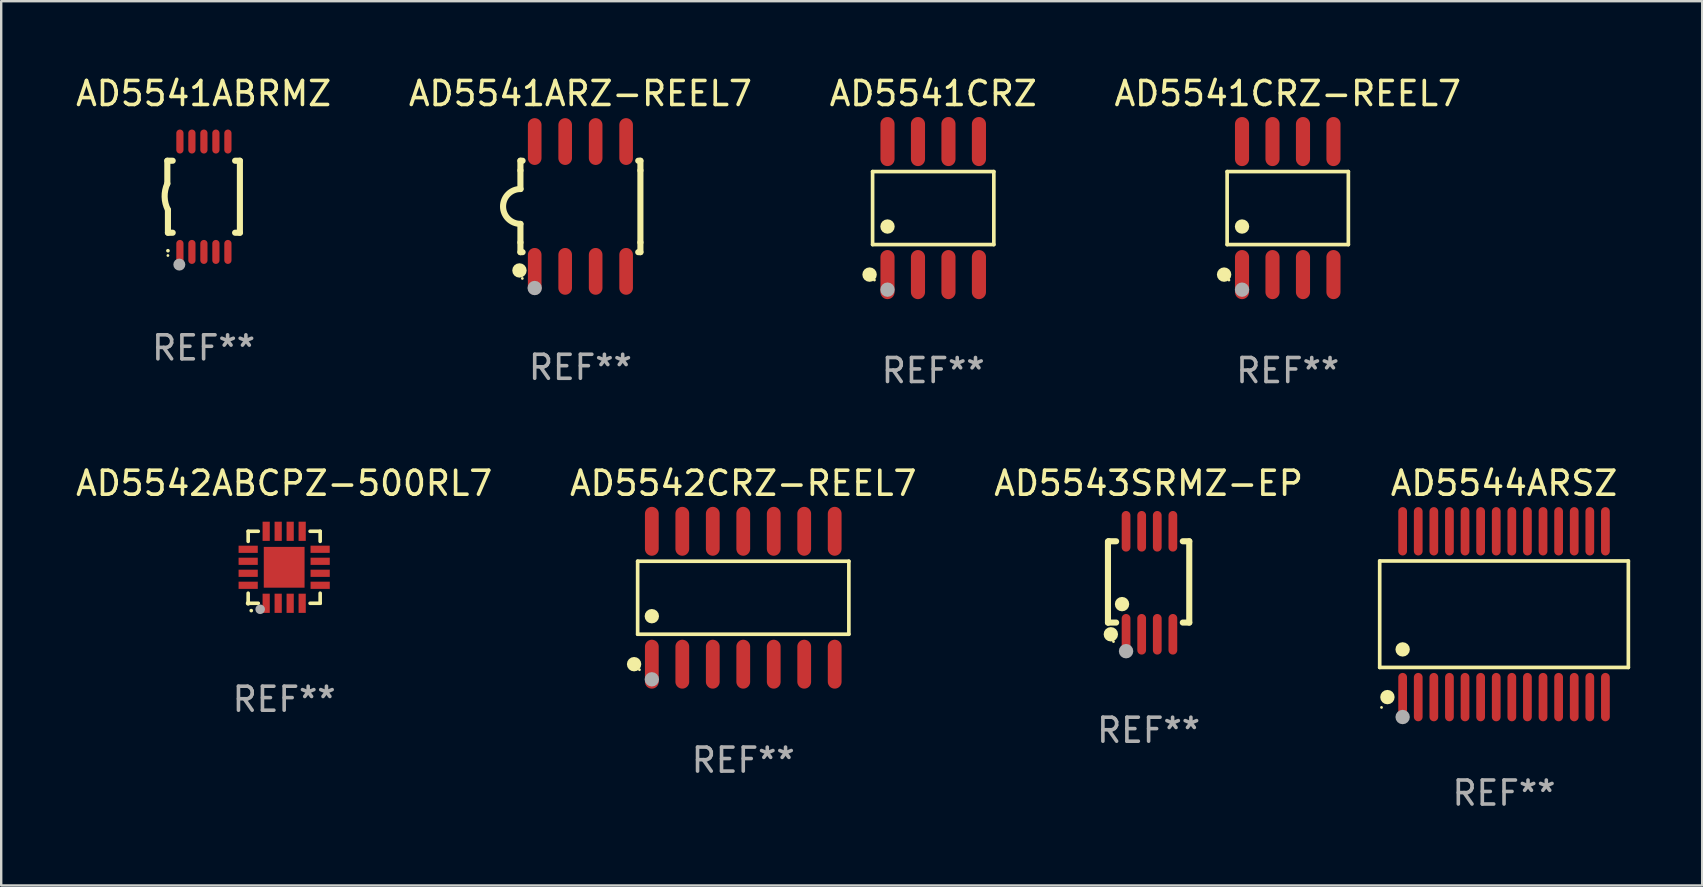
<source format=kicad_pcb>
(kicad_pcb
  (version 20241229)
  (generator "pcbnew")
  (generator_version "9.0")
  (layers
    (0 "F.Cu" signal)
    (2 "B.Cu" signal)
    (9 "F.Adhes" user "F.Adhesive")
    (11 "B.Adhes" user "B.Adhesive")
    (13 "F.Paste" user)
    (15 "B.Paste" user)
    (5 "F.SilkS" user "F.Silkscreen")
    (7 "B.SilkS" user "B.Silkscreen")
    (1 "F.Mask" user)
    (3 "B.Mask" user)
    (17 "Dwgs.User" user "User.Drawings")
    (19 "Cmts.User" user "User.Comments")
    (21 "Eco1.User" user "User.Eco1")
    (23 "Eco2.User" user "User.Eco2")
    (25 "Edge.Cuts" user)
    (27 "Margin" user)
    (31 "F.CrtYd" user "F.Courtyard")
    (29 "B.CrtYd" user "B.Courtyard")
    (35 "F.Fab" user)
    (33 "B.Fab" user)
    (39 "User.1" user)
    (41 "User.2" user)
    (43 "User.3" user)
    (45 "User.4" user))
  (footprint "AD5541ABRMZ"
    (layer "F.Cu")
    (at 5.435 5.148)
    (property "Reference" "AD5541ABRMZ" (at 0 -4.3 0) (layer "F.SilkS") (effects (font (size 1 1) (thickness 0.15))))
    (attr through_hole)
    (fp_line (start -1.512 -1.5) (end -1.512 -0.546) (stroke (width 0.254) (type solid)) (layer "F.SilkS"))
    (fp_line (start -1.487 0.546) (end -1.487 1.5) (stroke (width 0.254) (type solid)) (layer "F.SilkS"))
    (fp_line (start -1.288 -1.5) (end -1.512 -1.5) (stroke (width 0.254) (type solid)) (layer "F.SilkS"))
    (fp_line (start -1.288 1.5) (end -1.487 1.5) (stroke (width 0.254) (type solid)) (layer "F.SilkS"))
    (fp_line (start 1.512 -1.5) (end 1.312 -1.5) (stroke (width 0.254) (type solid)) (layer "F.SilkS"))
    (fp_line (start 1.512 -1.5) (end 1.512 1.5) (stroke (width 0.254) (type solid)) (layer "F.SilkS"))
    (fp_line (start 1.512 1.5) (end 1.312 1.5) (stroke (width 0.254) (type solid)) (layer "F.SilkS"))
    (fp_arc (start -1.487998 2.250013) (mid -1.486728 2.250007) (end -1.485458 2.250013) (stroke (width 0.150013) (type solid)) (layer "F.SilkS"))
    (fp_arc (start -1.486602 0.546102) (mid -1.624196 0.002905) (end -1.512002 -0.546101) (stroke (width 0.254001) (type solid)) (layer "F.SilkS"))
    (fp_circle (center -1.488 2.45) (end -1.458 2.45) (stroke (width 0.06) (type solid)) (fill no) (layer "F.SilkS"))
    (fp_circle (center -1.012 2.828) (end -0.887 2.828) (stroke (width 0.25) (type solid)) (fill no) (layer "F.Fab"))
    (fp_text user "REF**" (at 0 6.3 0) (layer "F.Fab") (effects (font (size 1 1) (thickness 0.15))))
    (pad "1" smd oval (at -0.988 2.3) (size 0.3 1) (layers "F.Cu" "F.Mask" "F.Paste"))
    (pad "2" smd oval (at -0.488 2.3) (size 0.3 1) (layers "F.Cu" "F.Mask" "F.Paste"))
    (pad "3" smd oval (at 0.012 2.3) (size 0.3 1) (layers "F.Cu" "F.Mask" "F.Paste"))
    (pad "4" smd oval (at 0.512 2.3) (size 0.3 1) (layers "F.Cu" "F.Mask" "F.Paste"))
    (pad "5" smd oval (at 1.012 2.3) (size 0.3 1) (layers "F.Cu" "F.Mask" "F.Paste"))
    (pad "6" smd oval (at 1.012 -2.3) (size 0.3 1) (layers "F.Cu" "F.Mask" "F.Paste"))
    (pad "7" smd oval (at 0.512 -2.3) (size 0.3 1) (layers "F.Cu" "F.Mask" "F.Paste"))
    (pad "8" smd oval (at 0.012 -2.3) (size 0.3 1) (layers "F.Cu" "F.Mask" "F.Paste"))
    (pad "9" smd oval (at -0.488 -2.3) (size 0.3 1) (layers "F.Cu" "F.Mask" "F.Paste"))
    (pad "10" smd oval (at -0.988 -2.3) (size 0.3 1) (layers "F.Cu" "F.Mask" "F.Paste")))
  (footprint "AD5542ABCPZ-500RL7"
    (layer "F.Cu")
    (at 8.792 20.59)
    (property "Reference" "AD5542ABCPZ-500RL7" (at 0 -3.5 0) (layer "F.SilkS") (effects (font (size 1 1) (thickness 0.15))))
    (attr through_hole)
    (fp_line (start -1.5 -1.5) (end -1.079 -1.5) (stroke (width 0.15) (type solid)) (layer "F.SilkS"))
    (fp_line (start -1.5 -1.079) (end -1.5 -1.5) (stroke (width 0.15) (type solid)) (layer "F.SilkS"))
    (fp_line (start -1.5 1.5) (end -1.5 1.079) (stroke (width 0.15) (type solid)) (layer "F.SilkS"))
    (fp_line (start -1.5 1.5) (end -1.079 1.5) (stroke (width 0.15) (type solid)) (layer "F.SilkS"))
    (fp_line (start 1.079 -1.5) (end 1.5 -1.5) (stroke (width 0.15) (type solid)) (layer "F.SilkS"))
    (fp_line (start 1.079 1.5) (end 1.5 1.5) (stroke (width 0.15) (type solid)) (layer "F.SilkS"))
    (fp_line (start 1.5 -1.08) (end 1.5 -1.5) (stroke (width 0.15) (type solid)) (layer "F.SilkS"))
    (fp_line (start 1.5 1.5) (end 1.5 1.079) (stroke (width 0.15) (type solid)) (layer "F.SilkS"))
    (fp_arc (start -1.372885 1.805398) (mid -1.371615 1.805392) (end -1.370345 1.805398) (stroke (width 0.150114) (type solid)) (layer "F.SilkS"))
    (fp_circle (center -1.5 1.5) (end -1.45 1.5) (stroke (width 0.1) (type solid)) (fill no) (layer "F.SilkS"))
    (fp_circle (center -1 1.75) (end -0.9 1.75) (stroke (width 0.2) (type solid)) (fill no) (layer "F.Fab"))
    (fp_text user "REF**" (at 0 5.5 0) (layer "F.Fab") (effects (font (size 1 1) (thickness 0.15))))
    (pad "1" smd rect (at -0.75 1.5 180) (size 0.3 0.8) (layers "F.Cu" "F.Mask" "F.Paste"))
    (pad "2" smd rect (at -0.25 1.5 180) (size 0.3 0.8) (layers "F.Cu" "F.Mask" "F.Paste"))
    (pad "3" smd rect (at 0.25 1.5 180) (size 0.3 0.8) (layers "F.Cu" "F.Mask" "F.Paste"))
    (pad "4" smd rect (at 0.75 1.5 180) (size 0.3 0.8) (layers "F.Cu" "F.Mask" "F.Paste"))
    (pad "5" smd rect (at 1.5 0.75 90) (size 0.3 0.8) (layers "F.Cu" "F.Mask" "F.Paste"))
    (pad "6" smd rect (at 1.5 0.25 90) (size 0.3 0.8) (layers "F.Cu" "F.Mask" "F.Paste"))
    (pad "7" smd rect (at 1.5 -0.25 90) (size 0.3 0.8) (layers "F.Cu" "F.Mask" "F.Paste"))
    (pad "8" smd rect (at 1.498 -0.751 90) (size 0.3 0.8) (layers "F.Cu" "F.Mask" "F.Paste"))
    (pad "9" smd rect (at 0.75 -1.5 180) (size 0.3 0.8) (layers "F.Cu" "F.Mask" "F.Paste"))
    (pad "10" smd rect (at 0.25 -1.5 180) (size 0.3 0.8) (layers "F.Cu" "F.Mask" "F.Paste"))
    (pad "11" smd rect (at -0.25 -1.5 180) (size 0.3 0.8) (layers "F.Cu" "F.Mask" "F.Paste"))
    (pad "12" smd rect (at -0.75 -1.5 180) (size 0.3 0.8) (layers "F.Cu" "F.Mask" "F.Paste"))
    (pad "13" smd rect (at -1.5 -0.75 90) (size 0.3 0.8) (layers "F.Cu" "F.Mask" "F.Paste"))
    (pad "14" smd rect (at -1.5 -0.25 90) (size 0.3 0.8) (layers "F.Cu" "F.Mask" "F.Paste"))
    (pad "15" smd rect (at -1.5 0.25 90) (size 0.3 0.8) (layers "F.Cu" "F.Mask" "F.Paste"))
    (pad "16" smd rect (at -1.5 0.75 90) (size 0.3 0.8) (layers "F.Cu" "F.Mask" "F.Paste"))
    (pad "17" smd rect (at -0.000114 0.00014 180) (size 1.7 1.7) (layers "F.Cu" "F.Mask" "F.Paste")))
  (footprint "AD5541CRZ"
    (layer "F.Cu")
    (at 35.839 5.621)
    (property "Reference" "AD5541CRZ" (at 0 -4.772 0) (layer "F.SilkS") (effects (font (size 1 1) (thickness 0.15))))
    (attr through_hole)
    (fp_line (start -2.526 -1.521) (end 2.526 -1.521) (stroke (width 0.152) (type solid)) (layer "F.SilkS"))
    (fp_line (start -2.526 1.521) (end -2.526 -1.521) (stroke (width 0.152) (type solid)) (layer "F.SilkS"))
    (fp_line (start 2.526 -1.521) (end 2.526 1.521) (stroke (width 0.152) (type solid)) (layer "F.SilkS"))
    (fp_line (start 2.526 1.521) (end -2.526 1.521) (stroke (width 0.152) (type solid)) (layer "F.SilkS"))
    (fp_circle (center -2.652 2.772) (end -2.501 2.772) (stroke (width 0.3) (type solid)) (fill no) (layer "F.SilkS"))
    (fp_circle (center -2.45 3) (end -2.42 3) (stroke (width 0.06) (type solid)) (fill no) (layer "F.SilkS"))
    (fp_circle (center -1.905 0.769) (end -1.755 0.769) (stroke (width 0.3) (type solid)) (fill no) (layer "F.SilkS"))
    (fp_circle (center -1.905 3.4) (end -1.755 3.4) (stroke (width 0.3) (type solid)) (fill no) (layer "F.Fab"))
    (fp_text user "REF**" (at 0 6.772 0) (layer "F.Fab") (effects (font (size 1 1) (thickness 0.15))))
    (pad "1" smd oval (at -1.905 2.772) (size 0.588 2.045) (layers "F.Cu" "F.Mask" "F.Paste"))
    (pad "2" smd oval (at -0.635 2.772) (size 0.588 2.045) (layers "F.Cu" "F.Mask" "F.Paste"))
    (pad "3" smd oval (at 0.635 2.772) (size 0.588 2.045) (layers "F.Cu" "F.Mask" "F.Paste"))
    (pad "4" smd oval (at 1.905 2.772) (size 0.588 2.045) (layers "F.Cu" "F.Mask" "F.Paste"))
    (pad "5" smd oval (at 1.905 -2.772) (size 0.588 2.045) (layers "F.Cu" "F.Mask" "F.Paste"))
    (pad "6" smd oval (at 0.635 -2.772) (size 0.588 2.045) (layers "F.Cu" "F.Mask" "F.Paste"))
    (pad "7" smd oval (at -0.635 -2.772) (size 0.588 2.045) (layers "F.Cu" "F.Mask" "F.Paste"))
    (pad "8" smd oval (at -1.905 -2.772) (size 0.588 2.045) (layers "F.Cu" "F.Mask" "F.Paste")))
  (footprint "AD5541ARZ-REEL7"
    (layer "F.Cu")
    (at 21.137 5.553)
    (property "Reference" "AD5541ARZ-REEL7" (at 0 -4.705 0) (layer "F.SilkS") (effects (font (size 1 1) (thickness 0.15))))
    (attr through_hole)
    (fp_line (start -2.5 -1.905) (end -2.409 -1.905) (stroke (width 0.254) (type solid)) (layer "F.SilkS"))
    (fp_line (start -2.5 -1.5) (end -2.5 -1.905) (stroke (width 0.254) (type solid)) (layer "F.SilkS"))
    (fp_line (start -2.5 -1.5) (end -2.5 -0.726) (stroke (width 0.254) (type solid)) (layer "F.SilkS"))
    (fp_line (start -2.5 1.5) (end -2.5 0.727) (stroke (width 0.254) (type solid)) (layer "F.SilkS"))
    (fp_line (start -2.5 1.5) (end -2.5 1.905) (stroke (width 0.254) (type solid)) (layer "F.SilkS"))
    (fp_line (start -2.5 1.905) (end -2.409 1.905) (stroke (width 0.254) (type solid)) (layer "F.SilkS"))
    (fp_line (start 2.5 -1.905) (end 2.409 -1.905) (stroke (width 0.254) (type solid)) (layer "F.SilkS"))
    (fp_line (start 2.5 -1.5) (end 2.5 -1.905) (stroke (width 0.254) (type solid)) (layer "F.SilkS"))
    (fp_line (start 2.5 -1.5) (end 2.5 1.5) (stroke (width 0.254) (type solid)) (layer "F.SilkS"))
    (fp_line (start 2.5 1.5) (end 2.5 1.905) (stroke (width 0.254) (type solid)) (layer "F.SilkS"))
    (fp_line (start 2.5 1.905) (end 2.409 1.905) (stroke (width 0.254) (type solid)) (layer "F.SilkS"))
    (fp_arc (start -2.5 0.726568) (mid -3.220316 -0.0023) (end -2.495097 -0.726289) (stroke (width 0.254001) (type solid)) (layer "F.SilkS"))
    (fp_circle (center -2.54 2.667) (end -2.39 2.667) (stroke (width 0.3) (type solid)) (fill no) (layer "F.SilkS"))
    (fp_circle (center -2.42 3) (end -2.39 3) (stroke (width 0.06) (type solid)) (fill no) (layer "F.SilkS"))
    (fp_circle (center -1.905 3.4) (end -1.755 3.4) (stroke (width 0.3) (type solid)) (fill no) (layer "F.Fab"))
    (fp_text user "REF**" (at 0 6.705 0) (layer "F.Fab") (effects (font (size 1 1) (thickness 0.15))))
    (pad "1" smd oval (at -1.905 2.705) (size 0.568 1.95) (layers "F.Cu" "F.Mask" "F.Paste"))
    (pad "2" smd oval (at -0.635 2.705) (size 0.568 1.95) (layers "F.Cu" "F.Mask" "F.Paste"))
    (pad "3" smd oval (at 0.635 2.705) (size 0.568 1.95) (layers "F.Cu" "F.Mask" "F.Paste"))
    (pad "4" smd oval (at 1.905 2.705) (size 0.568 1.95) (layers "F.Cu" "F.Mask" "F.Paste"))
    (pad "5" smd oval (at 1.905 -2.705) (size 0.568 1.95) (layers "F.Cu" "F.Mask" "F.Paste"))
    (pad "6" smd oval (at 0.635 -2.705) (size 0.568 1.95) (layers "F.Cu" "F.Mask" "F.Paste"))
    (pad "7" smd oval (at -0.635 -2.705) (size 0.568 1.95) (layers "F.Cu" "F.Mask" "F.Paste"))
    (pad "8" smd oval (at -1.905 -2.705) (size 0.568 1.95) (layers "F.Cu" "F.Mask" "F.Paste")))
  (footprint "AD5543SRMZ-EP"
    (layer "F.Cu")
    (at 44.815 21.236)
    (property "Reference" "AD5543SRMZ-EP" (at 0 -4.146 0) (layer "F.SilkS") (effects (font (size 1 1) (thickness 0.15))))
    (attr through_hole)
    (fp_line (start -1.694 -1.724) (end -1.694 1.652) (stroke (width 0.254) (type solid)) (layer "F.SilkS"))
    (fp_line (start -1.694 1.652) (end -1.688 1.658) (stroke (width 0.254) (type solid)) (layer "F.SilkS"))
    (fp_line (start -1.688 1.658) (end -1.353 1.658) (stroke (width 0.254) (type solid)) (layer "F.SilkS"))
    (fp_line (start -1.661 -1.73) (end -1.681 -1.71) (stroke (width 0.254) (type solid)) (layer "F.SilkS"))
    (fp_line (start -1.353 -1.73) (end -1.661 -1.73) (stroke (width 0.254) (type solid)) (layer "F.SilkS"))
    (fp_line (start 1.424 1.658) (end 1.694 1.658) (stroke (width 0.254) (type solid)) (layer "F.SilkS"))
    (fp_line (start 1.694 -1.73) (end 1.424 -1.73) (stroke (width 0.254) (type solid)) (layer "F.SilkS"))
    (fp_line (start 1.694 1.658) (end 1.694 -1.73) (stroke (width 0.254) (type solid)) (layer "F.SilkS"))
    (fp_circle (center -1.574 2.146) (end -1.424 2.146) (stroke (width 0.3) (type solid)) (fill no) (layer "F.SilkS"))
    (fp_circle (center -1.464 2.45) (end -1.434 2.45) (stroke (width 0.06) (type solid)) (fill no) (layer "F.SilkS"))
    (fp_circle (center -1.107 0.889) (end -0.957 0.889) (stroke (width 0.3) (type solid)) (fill no) (layer "F.SilkS"))
    (fp_circle (center -0.94 2.85) (end -0.789 2.85) (stroke (width 0.3) (type solid)) (fill no) (layer "F.Fab"))
    (fp_text user "REF**" (at 0 6.146 0) (layer "F.Fab") (effects (font (size 1 1) (thickness 0.15))))
    (pad "1" smd oval (at -0.94 2.146) (size 0.364 1.692) (layers "F.Cu" "F.Mask" "F.Paste"))
    (pad "2" smd oval (at -0.289 2.146) (size 0.364 1.692) (layers "F.Cu" "F.Mask" "F.Paste"))
    (pad "3" smd oval (at 0.361 2.146) (size 0.364 1.692) (layers "F.Cu" "F.Mask" "F.Paste"))
    (pad "4" smd oval (at 1.011 2.146) (size 0.364 1.692) (layers "F.Cu" "F.Mask" "F.Paste"))
    (pad "5" smd oval (at 1.011 -2.146) (size 0.364 1.692) (layers "F.Cu" "F.Mask" "F.Paste"))
    (pad "6" smd oval (at 0.361 -2.146) (size 0.364 1.692) (layers "F.Cu" "F.Mask" "F.Paste"))
    (pad "7" smd oval (at -0.289 -2.146) (size 0.364 1.692) (layers "F.Cu" "F.Mask" "F.Paste"))
    (pad "8" smd oval (at -0.94 -2.146) (size 0.364 1.692) (layers "F.Cu" "F.Mask" "F.Paste")))
  (footprint "AD5544ARSZ"
    (layer "F.Cu")
    (at 59.626 22.545)
    (property "Reference" "AD5544ARSZ" (at 0 -5.455 0) (layer "F.SilkS") (effects (font (size 1 1) (thickness 0.15))))
    (attr through_hole)
    (fp_line (start -5.181 -2.219) (end 5.181 -2.219) (stroke (width 0.152) (type solid)) (layer "F.SilkS"))
    (fp_line (start -5.181 2.219) (end -5.181 -2.219) (stroke (width 0.152) (type solid)) (layer "F.SilkS"))
    (fp_line (start 5.181 -2.219) (end 5.181 2.219) (stroke (width 0.152) (type solid)) (layer "F.SilkS"))
    (fp_line (start 5.181 2.219) (end -5.181 2.219) (stroke (width 0.152) (type solid)) (layer "F.SilkS"))
    (fp_circle (center -5.105 3.885) (end -5.075 3.885) (stroke (width 0.06) (type solid)) (fill no) (layer "F.SilkS"))
    (fp_circle (center -4.859 3.455) (end -4.709 3.455) (stroke (width 0.3) (type solid)) (fill no) (layer "F.SilkS"))
    (fp_circle (center -4.225 1.467) (end -4.075 1.467) (stroke (width 0.3) (type solid)) (fill no) (layer "F.SilkS"))
    (fp_circle (center -4.225 4.285) (end -4.075 4.285) (stroke (width 0.3) (type solid)) (fill no) (layer "F.Fab"))
    (fp_text user "REF**" (at 0 7.455 0) (layer "F.Fab") (effects (font (size 1 1) (thickness 0.15))))
    (pad "1" smd oval (at -4.225 3.455) (size 0.364 2.015) (layers "F.Cu" "F.Mask" "F.Paste"))
    (pad "2" smd oval (at -3.575 3.455) (size 0.364 2.015) (layers "F.Cu" "F.Mask" "F.Paste"))
    (pad "3" smd oval (at -2.925 3.455) (size 0.364 2.015) (layers "F.Cu" "F.Mask" "F.Paste"))
    (pad "4" smd oval (at -2.275 3.455) (size 0.364 2.015) (layers "F.Cu" "F.Mask" "F.Paste"))
    (pad "5" smd oval (at -1.625 3.455) (size 0.364 2.015) (layers "F.Cu" "F.Mask" "F.Paste"))
    (pad "6" smd oval (at -0.975 3.455) (size 0.364 2.015) (layers "F.Cu" "F.Mask" "F.Paste"))
    (pad "7" smd oval (at -0.325 3.455) (size 0.364 2.015) (layers "F.Cu" "F.Mask" "F.Paste"))
    (pad "8" smd oval (at 0.325 3.455) (size 0.364 2.015) (layers "F.Cu" "F.Mask" "F.Paste"))
    (pad "9" smd oval (at 0.975 3.455) (size 0.364 2.015) (layers "F.Cu" "F.Mask" "F.Paste"))
    (pad "10" smd oval (at 1.625 3.455) (size 0.364 2.015) (layers "F.Cu" "F.Mask" "F.Paste"))
    (pad "11" smd oval (at 2.275 3.455) (size 0.364 2.015) (layers "F.Cu" "F.Mask" "F.Paste"))
    (pad "12" smd oval (at 2.925 3.455) (size 0.364 2.015) (layers "F.Cu" "F.Mask" "F.Paste"))
    (pad "13" smd oval (at 3.575 3.455) (size 0.364 2.015) (layers "F.Cu" "F.Mask" "F.Paste"))
    (pad "14" smd oval (at 4.225 3.455) (size 0.364 2.015) (layers "F.Cu" "F.Mask" "F.Paste"))
    (pad "15" smd oval (at 4.225 -3.455) (size 0.364 2.015) (layers "F.Cu" "F.Mask" "F.Paste"))
    (pad "16" smd oval (at 3.575 -3.455) (size 0.364 2.015) (layers "F.Cu" "F.Mask" "F.Paste"))
    (pad "17" smd oval (at 2.925 -3.455) (size 0.364 2.015) (layers "F.Cu" "F.Mask" "F.Paste"))
    (pad "18" smd oval (at 2.275 -3.455) (size 0.364 2.015) (layers "F.Cu" "F.Mask" "F.Paste"))
    (pad "19" smd oval (at 1.625 -3.455) (size 0.364 2.015) (layers "F.Cu" "F.Mask" "F.Paste"))
    (pad "20" smd oval (at 0.975 -3.455) (size 0.364 2.015) (layers "F.Cu" "F.Mask" "F.Paste"))
    (pad "21" smd oval (at 0.325 -3.455) (size 0.364 2.015) (layers "F.Cu" "F.Mask" "F.Paste"))
    (pad "22" smd oval (at -0.325 -3.455) (size 0.364 2.015) (layers "F.Cu" "F.Mask" "F.Paste"))
    (pad "23" smd oval (at -0.975 -3.455) (size 0.364 2.015) (layers "F.Cu" "F.Mask" "F.Paste"))
    (pad "24" smd oval (at -1.625 -3.455) (size 0.364 2.015) (layers "F.Cu" "F.Mask" "F.Paste"))
    (pad "25" smd oval (at -2.275 -3.455) (size 0.364 2.015) (layers "F.Cu" "F.Mask" "F.Paste"))
    (pad "26" smd oval (at -2.925 -3.455) (size 0.364 2.015) (layers "F.Cu" "F.Mask" "F.Paste"))
    (pad "27" smd oval (at -3.575 -3.455) (size 0.364 2.015) (layers "F.Cu" "F.Mask" "F.Paste"))
    (pad "28" smd oval (at -4.225 -3.455) (size 0.364 2.015) (layers "F.Cu" "F.Mask" "F.Paste")))
  (footprint "AD5541CRZ-REEL7"
    (layer "F.Cu")
    (at 50.613 5.621)
    (property "Reference" "AD5541CRZ-REEL7" (at 0 -4.772 0) (layer "F.SilkS") (effects (font (size 1 1) (thickness 0.15))))
    (attr through_hole)
    (fp_line (start -2.526 -1.521) (end 2.526 -1.521) (stroke (width 0.152) (type solid)) (layer "F.SilkS"))
    (fp_line (start -2.526 1.521) (end -2.526 -1.521) (stroke (width 0.152) (type solid)) (layer "F.SilkS"))
    (fp_line (start 2.526 -1.521) (end 2.526 1.521) (stroke (width 0.152) (type solid)) (layer "F.SilkS"))
    (fp_line (start 2.526 1.521) (end -2.526 1.521) (stroke (width 0.152) (type solid)) (layer "F.SilkS"))
    (fp_circle (center -2.652 2.772) (end -2.501 2.772) (stroke (width 0.3) (type solid)) (fill no) (layer "F.SilkS"))
    (fp_circle (center -2.45 3) (end -2.42 3) (stroke (width 0.06) (type solid)) (fill no) (layer "F.SilkS"))
    (fp_circle (center -1.905 0.769) (end -1.755 0.769) (stroke (width 0.3) (type solid)) (fill no) (layer "F.SilkS"))
    (fp_circle (center -1.905 3.4) (end -1.755 3.4) (stroke (width 0.3) (type solid)) (fill no) (layer "F.Fab"))
    (fp_text user "REF**" (at 0 6.772 0) (layer "F.Fab") (effects (font (size 1 1) (thickness 0.15))))
    (pad "1" smd oval (at -1.905 2.772) (size 0.588 2.045) (layers "F.Cu" "F.Mask" "F.Paste"))
    (pad "2" smd oval (at -0.635 2.772) (size 0.588 2.045) (layers "F.Cu" "F.Mask" "F.Paste"))
    (pad "3" smd oval (at 0.635 2.772) (size 0.588 2.045) (layers "F.Cu" "F.Mask" "F.Paste"))
    (pad "4" smd oval (at 1.905 2.772) (size 0.588 2.045) (layers "F.Cu" "F.Mask" "F.Paste"))
    (pad "5" smd oval (at 1.905 -2.772) (size 0.588 2.045) (layers "F.Cu" "F.Mask" "F.Paste"))
    (pad "6" smd oval (at 0.635 -2.772) (size 0.588 2.045) (layers "F.Cu" "F.Mask" "F.Paste"))
    (pad "7" smd oval (at -0.635 -2.772) (size 0.588 2.045) (layers "F.Cu" "F.Mask" "F.Paste"))
    (pad "8" smd oval (at -1.905 -2.772) (size 0.588 2.045) (layers "F.Cu" "F.Mask" "F.Paste")))
  (footprint "AD5542CRZ-REEL7"
    (layer "F.Cu")
    (at 27.923 21.859)
    (property "Reference" "AD5542CRZ-REEL7" (at 0 -4.769 0) (layer "F.SilkS") (effects (font (size 1 1) (thickness 0.15))))
    (attr through_hole)
    (fp_line (start -4.401 -1.521) (end 4.401 -1.521) (stroke (width 0.152) (type solid)) (layer "F.SilkS"))
    (fp_line (start -4.401 1.521) (end -4.401 -1.521) (stroke (width 0.152) (type solid)) (layer "F.SilkS"))
    (fp_line (start 4.401 -1.521) (end 4.401 1.521) (stroke (width 0.152) (type solid)) (layer "F.SilkS"))
    (fp_line (start 4.401 1.521) (end -4.401 1.521) (stroke (width 0.152) (type solid)) (layer "F.SilkS"))
    (fp_circle (center -4.549 2.769) (end -4.399 2.769) (stroke (width 0.3) (type solid)) (fill no) (layer "F.SilkS"))
    (fp_circle (center -4.325 3) (end -4.295 3) (stroke (width 0.06) (type solid)) (fill no) (layer "F.SilkS"))
    (fp_circle (center -3.81 0.769) (end -3.66 0.769) (stroke (width 0.3) (type solid)) (fill no) (layer "F.SilkS"))
    (fp_circle (center -3.81 3.4) (end -3.66 3.4) (stroke (width 0.3) (type solid)) (fill no) (layer "F.Fab"))
    (fp_text user "REF**" (at 0 6.769 0) (layer "F.Fab") (effects (font (size 1 1) (thickness 0.15))))
    (pad "1" smd oval (at -3.81 2.769) (size 0.574 2.038) (layers "F.Cu" "F.Mask" "F.Paste"))
    (pad "2" smd oval (at -2.54 2.769) (size 0.574 2.038) (layers "F.Cu" "F.Mask" "F.Paste"))
    (pad "3" smd oval (at -1.27 2.769) (size 0.574 2.038) (layers "F.Cu" "F.Mask" "F.Paste"))
    (pad "4" smd oval (at 0 2.769) (size 0.574 2.038) (layers "F.Cu" "F.Mask" "F.Paste"))
    (pad "5" smd oval (at 1.27 2.769) (size 0.574 2.038) (layers "F.Cu" "F.Mask" "F.Paste"))
    (pad "6" smd oval (at 2.54 2.769) (size 0.574 2.038) (layers "F.Cu" "F.Mask" "F.Paste"))
    (pad "7" smd oval (at 3.81 2.769) (size 0.574 2.038) (layers "F.Cu" "F.Mask" "F.Paste"))
    (pad "8" smd oval (at 3.81 -2.769) (size 0.574 2.038) (layers "F.Cu" "F.Mask" "F.Paste"))
    (pad "9" smd oval (at 2.54 -2.769) (size 0.574 2.038) (layers "F.Cu" "F.Mask" "F.Paste"))
    (pad "10" smd oval (at 1.27 -2.769) (size 0.574 2.038) (layers "F.Cu" "F.Mask" "F.Paste"))
    (pad "11" smd oval (at 0 -2.769) (size 0.574 2.038) (layers "F.Cu" "F.Mask" "F.Paste"))
    (pad "12" smd oval (at -1.27 -2.769) (size 0.574 2.038) (layers "F.Cu" "F.Mask" "F.Paste"))
    (pad "13" smd oval (at -2.54 -2.769) (size 0.574 2.038) (layers "F.Cu" "F.Mask" "F.Paste"))
    (pad "14" smd oval (at -3.81 -2.769) (size 0.574 2.038) (layers "F.Cu" "F.Mask" "F.Paste")))
  (gr_rect
    (start -3 -3)
    (end 67.884 33.848)
    (stroke (width 0.1) (type default))
    (fill no)
    (layer "Edge.Cuts")))
</source>
